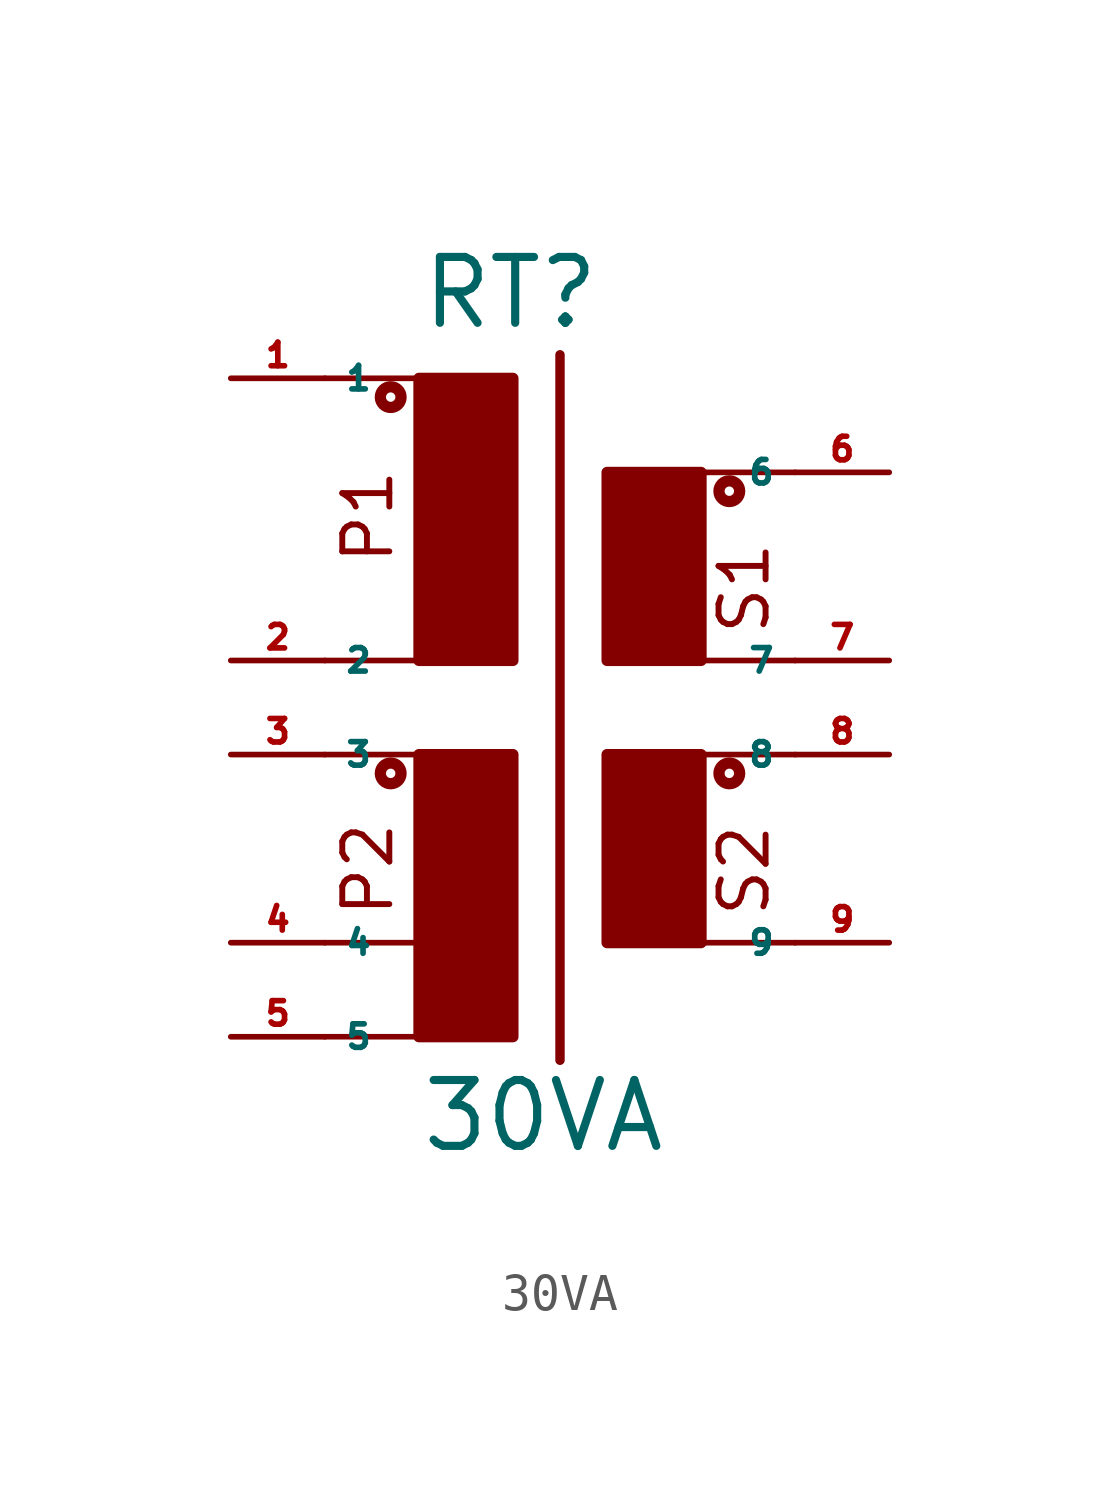
<source format=kicad_sym>
(kicad_symbol_lib
  (version 20220914)
  (generator Eagle2Kicad)
  (symbol "30VA"
    (property "Reference" "RT"
      (at -2.54 8.89 0)
      (effects (font (size 1.778 1.778) (thickness 0.22)) (justify left bottom)))
    (property "Value" "30VA"
      (at -2.54 -13.335 0)
      (effects (font (size 1.778 1.778) (thickness 0.22)) (justify left bottom)))
    (polyline
      (pts (xy -5.08 7.62) (xy -2.54 7.62))
      (stroke (width 0.152) (type default))
      (fill (type none)))
    (polyline
      (pts (xy 0 7.62) (xy 0 0))
      (stroke (width 0.254) (type default))
      (fill (type none)))
    (polyline
      (pts (xy 0 0) (xy -2.54 0))
      (stroke (width 0.254) (type default))
      (fill (type none)))
    (polyline
      (pts (xy 2.54 5.08) (xy 2.54 0))
      (stroke (width 0.254) (type default))
      (fill (type none)))
    (polyline
      (pts (xy 2.54 0) (xy 5.08 0))
      (stroke (width 0.254) (type default))
      (fill (type none)))
    (polyline
      (pts (xy 2.54 5.08) (xy 5.08 5.08))
      (stroke (width 0.254) (type default))
      (fill (type none)))
    (polyline
      (pts (xy 7.62 -2.54) (xy 5.08 -2.54))
      (stroke (width 0.152) (type default))
      (fill (type none)))
    (polyline
      (pts (xy 2.54 -2.54) (xy 2.54 -7.62))
      (stroke (width 0.254) (type default))
      (fill (type none)))
    (polyline
      (pts (xy 2.54 -7.62) (xy 5.08 -7.62))
      (stroke (width 0.254) (type default))
      (fill (type none)))
    (polyline
      (pts (xy 1.27 8.255) (xy 1.27 -10.795))
      (stroke (width 0.254) (type default))
      (fill (type none)))
    (polyline
      (pts (xy 5.08 5.08) (xy 5.08 0))
      (stroke (width 0.254) (type default))
      (fill (type none)))
    (polyline
      (pts (xy 5.08 5.08) (xy 7.62 5.08))
      (stroke (width 0.152) (type default))
      (fill (type none)))
    (polyline
      (pts (xy 5.08 0) (xy 7.62 0))
      (stroke (width 0.152) (type default))
      (fill (type none)))
    (polyline
      (pts (xy 5.08 -2.54) (xy 5.08 -7.62))
      (stroke (width 0.254) (type default))
      (fill (type none)))
    (polyline
      (pts (xy 5.08 -2.54) (xy 2.54 -2.54))
      (stroke (width 0.254) (type default))
      (fill (type none)))
    (polyline
      (pts (xy 5.08 -7.62) (xy 7.62 -7.62))
      (stroke (width 0.152) (type default))
      (fill (type none)))
    (polyline
      (pts (xy -2.54 7.62) (xy -2.54 0))
      (stroke (width 0.254) (type default))
      (fill (type none)))
    (polyline
      (pts (xy -2.54 7.62) (xy 0 7.62))
      (stroke (width 0.254) (type default))
      (fill (type none)))
    (polyline
      (pts (xy -2.54 0) (xy -5.08 0))
      (stroke (width 0.152) (type default))
      (fill (type none)))
    (polyline
      (pts (xy -5.08 -2.54) (xy -2.54 -2.54))
      (stroke (width 0.152) (type default))
      (fill (type none)))
    (polyline
      (pts (xy -2.54 -2.54) (xy 0 -2.54))
      (stroke (width 0.254) (type default))
      (fill (type none)))
    (polyline
      (pts (xy 0 -2.54) (xy 0 -10.16))
      (stroke (width 0.254) (type default))
      (fill (type none)))
    (polyline
      (pts (xy -2.54 -2.54) (xy -2.54 -7.62))
      (stroke (width 0.254) (type default))
      (fill (type none)))
    (polyline
      (pts (xy 0 -10.16) (xy -2.54 -10.16))
      (stroke (width 0.254) (type default))
      (fill (type none)))
    (polyline
      (pts (xy -2.54 -10.16) (xy -5.08 -10.16))
      (stroke (width 0.152) (type default))
      (fill (type none)))
    (polyline
      (pts (xy -5.08 -7.62) (xy -2.54 -7.62))
      (stroke (width 0.152) (type default))
      (fill (type none)))
    (polyline
      (pts (xy -2.54 -7.62) (xy -2.54 -10.16))
      (stroke (width 0.254) (type default))
      (fill (type none)))
    (text "P1"
      (at -3.175 2.54 900)
      (effects (font (size 1.27 1.27) (thickness 0.16)) (justify left bottom)))
    (text "P2"
      (at -3.175 -6.985 900)
      (effects (font (size 1.27 1.27) (thickness 0.16)) (justify left bottom)))
    (text "S1"
      (at 6.985 0.635 900)
      (effects (font (size 1.27 1.27) (thickness 0.16)) (justify left bottom)))
    (text "S2"
      (at 6.985 -6.985 900)
      (effects (font (size 1.27 1.27) (thickness 0.16)) (justify left bottom)))
    (circle
      (center -3.302 7.112)
      (radius 0.127)
      (stroke (width 0.305) (type default))
      (fill (type none)))
    (circle
      (center -3.302 -3.048)
      (radius 0.127)
      (stroke (width 0.305) (type default))
      (fill (type none)))
    (circle
      (center 5.842 4.572)
      (radius 0.127)
      (stroke (width 0.305) (type default))
      (fill (type none)))
    (circle
      (center 5.842 -3.048)
      (radius 0.127)
      (stroke (width 0.305) (type default))
      (fill (type none)))
    (rectangle
      (start 2.54 0)
      (end 5.08 5.08)
      (stroke (width 0.3) (type default))
      (fill (type outline)))
    (rectangle
      (start 2.54 -7.62)
      (end 5.08 -2.54)
      (stroke (width 0.3) (type default))
      (fill (type outline)))
    (rectangle
      (start -2.54 -10.16)
      (end 0 -2.54)
      (stroke (width 0.3) (type default))
      (fill (type outline)))
    (rectangle
      (start -2.54 0)
      (end 0 7.62)
      (stroke (width 0.3) (type default))
      (fill (type outline)))
    (pin passive line
      (at -7.62 7.62 0)
      (length 2.54)
      (name "1" (effects (font (size 0.635 0.635) (thickness 0.08)) (justify left bottom)))
      (number "1" (effects (font (size 0.635 0.635) (thickness 0.08)) (justify left bottom))))
    (pin passive line
      (at -7.62 0 0)
      (length 2.54)
      (name "2" (effects (font (size 0.635 0.635) (thickness 0.08)) (justify left bottom)))
      (number "2" (effects (font (size 0.635 0.635) (thickness 0.08)) (justify left bottom))))
    (pin passive line
      (at 10.16 5.08 180)
      (length 2.54)
      (name "6" (effects (font (size 0.635 0.635) (thickness 0.08)) (justify left bottom)))
      (number "6" (effects (font (size 0.635 0.635) (thickness 0.08)) (justify left bottom))))
    (pin passive line
      (at 10.16 0 180)
      (length 2.54)
      (name "7" (effects (font (size 0.635 0.635) (thickness 0.08)) (justify left bottom)))
      (number "7" (effects (font (size 0.635 0.635) (thickness 0.08)) (justify left bottom))))
    (pin passive line
      (at 10.16 -2.54 180)
      (length 2.54)
      (name "8" (effects (font (size 0.635 0.635) (thickness 0.08)) (justify left bottom)))
      (number "8" (effects (font (size 0.635 0.635) (thickness 0.08)) (justify left bottom))))
    (pin passive line
      (at 10.16 -7.62 180)
      (length 2.54)
      (name "9" (effects (font (size 0.635 0.635) (thickness 0.08)) (justify left bottom)))
      (number "9" (effects (font (size 0.635 0.635) (thickness 0.08)) (justify left bottom))))
    (pin passive line
      (at -7.62 -2.54 0)
      (length 2.54)
      (name "3" (effects (font (size 0.635 0.635) (thickness 0.08)) (justify left bottom)))
      (number "3" (effects (font (size 0.635 0.635) (thickness 0.08)) (justify left bottom))))
    (pin passive line
      (at -7.62 -7.62 0)
      (length 2.54)
      (name "4" (effects (font (size 0.635 0.635) (thickness 0.08)) (justify left bottom)))
      (number "4" (effects (font (size 0.635 0.635) (thickness 0.08)) (justify left bottom))))
    (pin passive line
      (at -7.62 -10.16 0)
      (length 2.54)
      (name "5" (effects (font (size 0.635 0.635) (thickness 0.08)) (justify left bottom)))
      (number "5" (effects (font (size 0.635 0.635) (thickness 0.08)) (justify left bottom))))))
</source>
